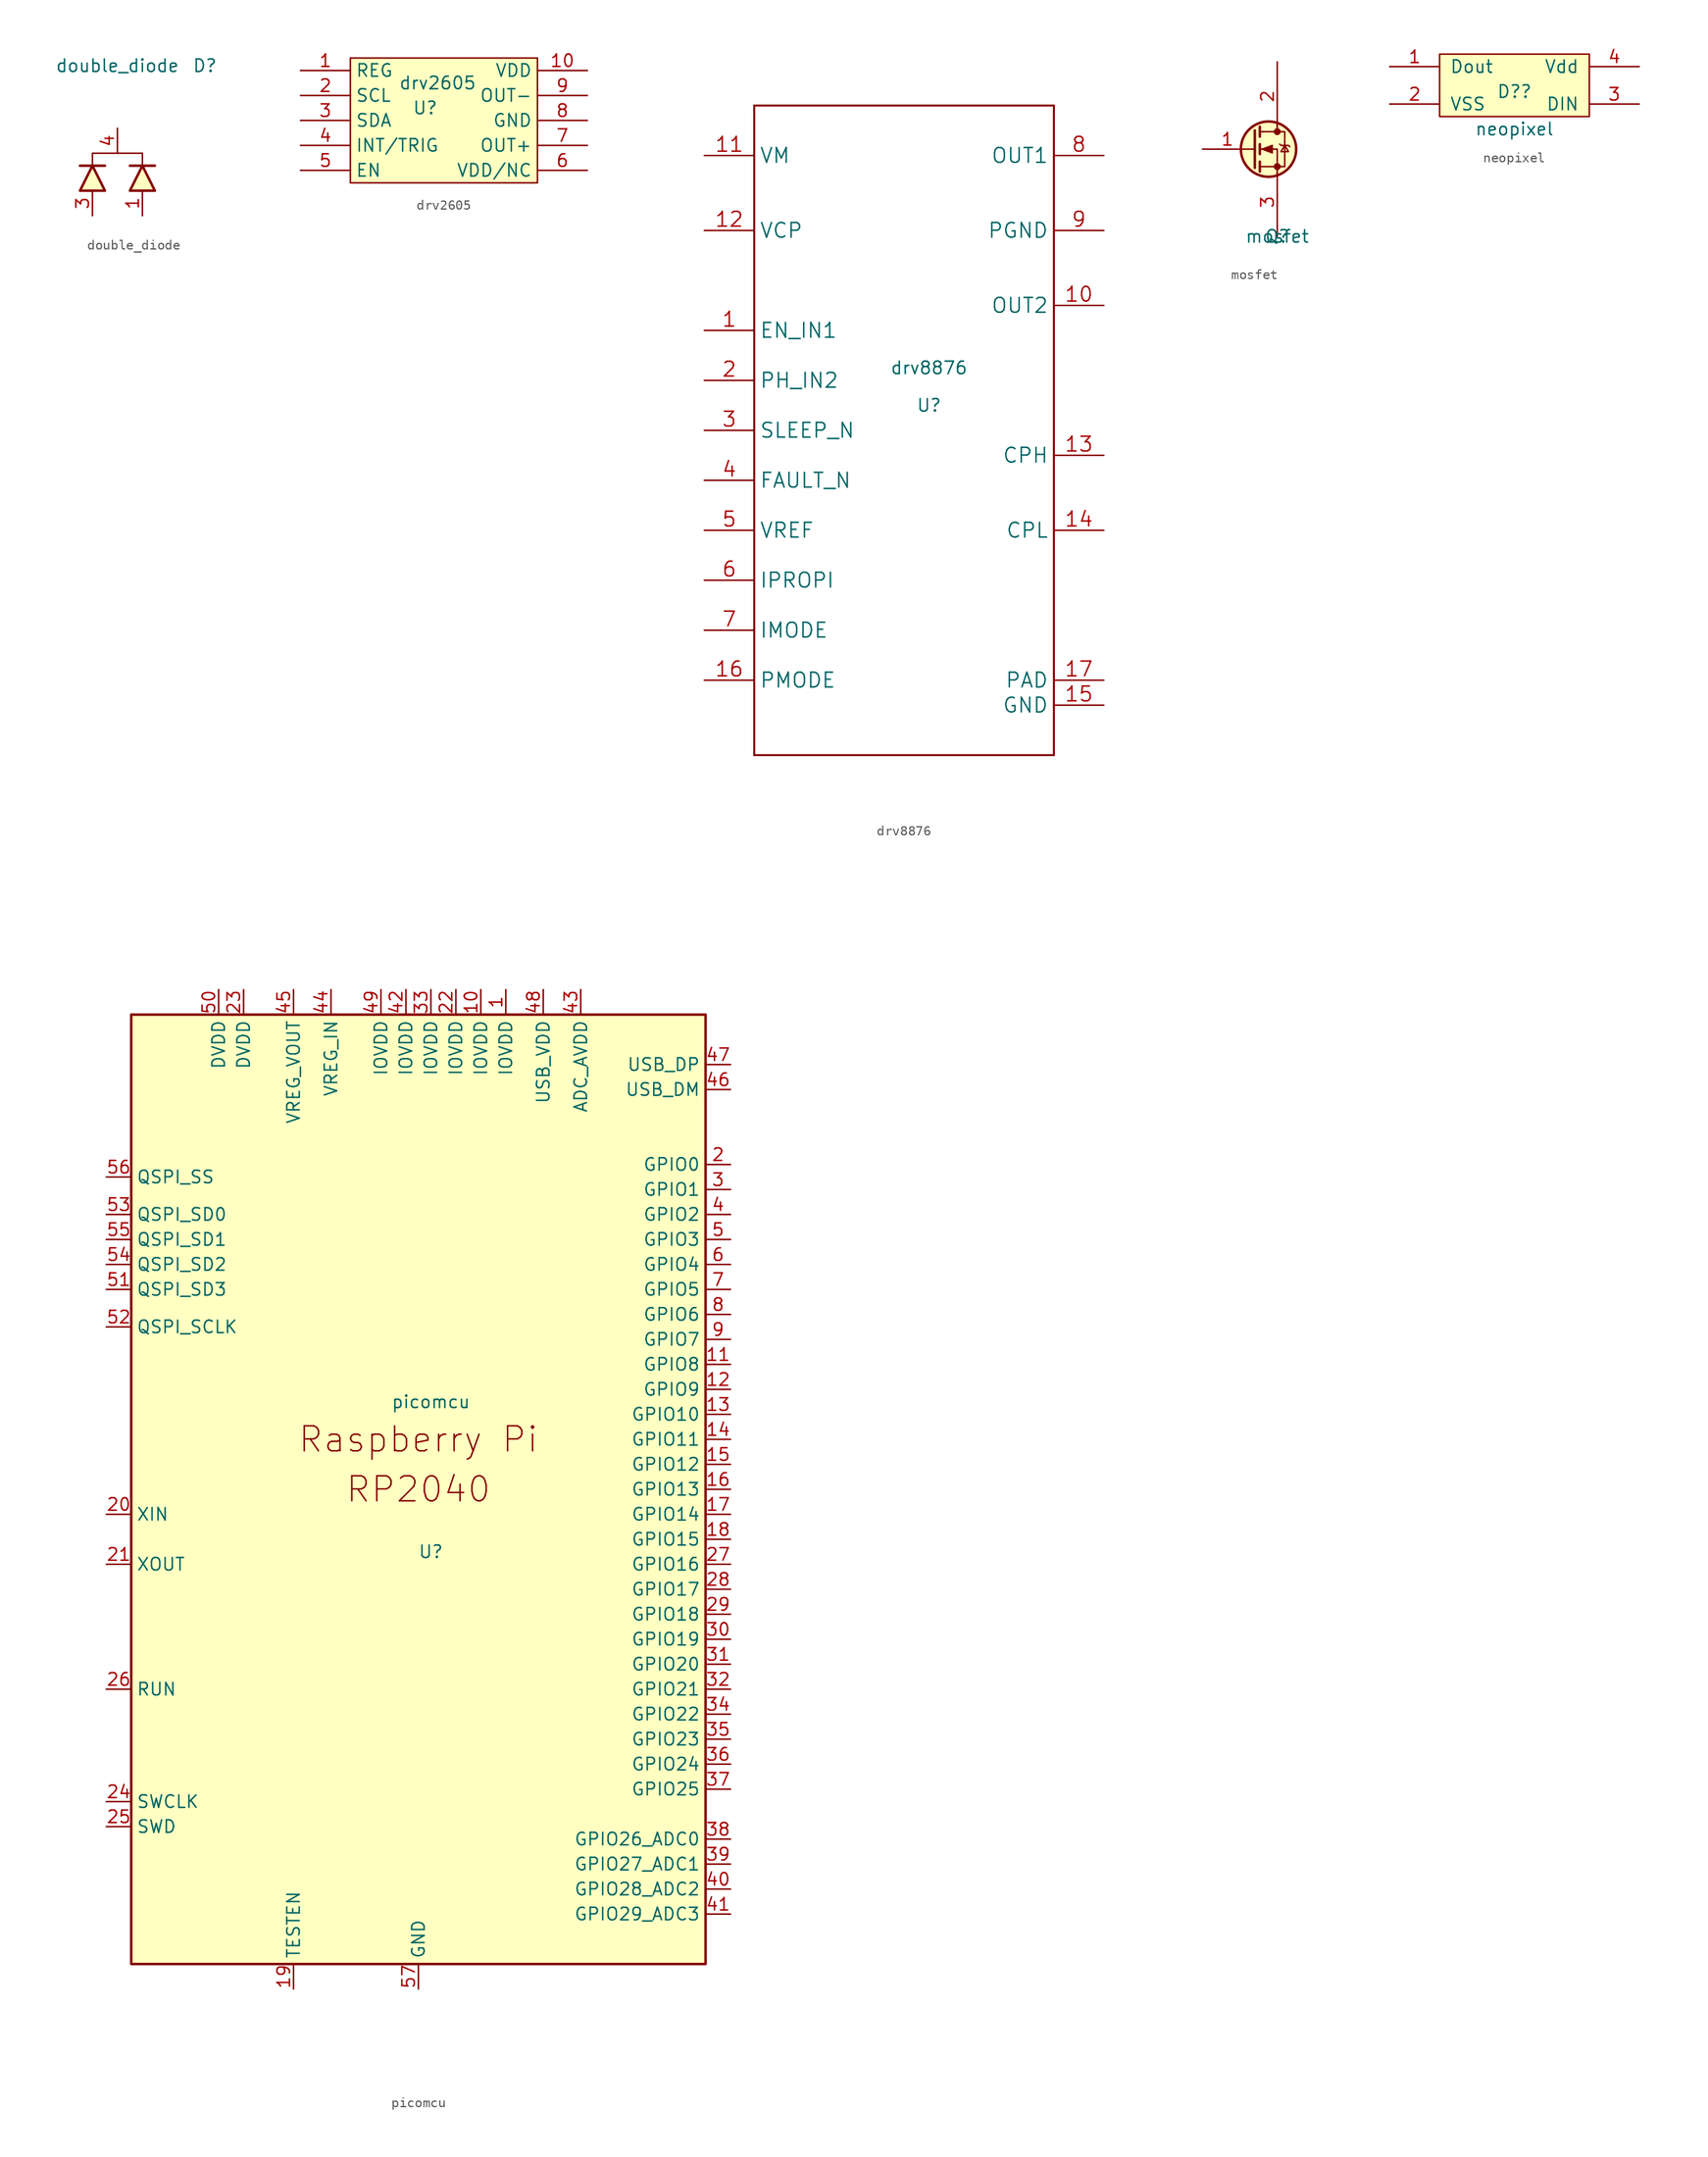
<source format=kicad_sym>
(kicad_symbol_lib
  (version 20201005)
  (generator kicad_symbol_editor)
  (symbol "Halfgelijders:double_diode"
    (pin_names
      (offset 1.016))
    (property "Reference" "D"
      (at 8.89 8.89 0)
      (effects (font (size 1.27 1.27))))
    (property "Value" "double_diode"
      (at 0 8.89 0)
      (effects (font (size 1.27 1.27))))
    (symbol "double_diode_0_1"
      (polyline (pts (xy -2.54 -1.27) (xy -2.54 0) (xy 2.54 0) (xy 2.54 -1.27)) (stroke (width 0)) (fill (type none))))
    (symbol "double_diode_1_1"
      (polyline (pts (xy -1.27 -1.27) (xy -3.81 -1.27)) (stroke (width 0.254)) (fill (type none)))
      (polyline (pts (xy 3.81 -1.27) (xy 1.27 -1.27)) (stroke (width 0.254)) (fill (type none)))
      (polyline (pts (xy -1.27 -3.81) (xy -3.81 -3.81) (xy -2.54 -1.27) (xy -1.27 -3.81)) (stroke (width 0.254)) (fill (type background)))
      (polyline (pts (xy 3.81 -3.81) (xy 1.27 -3.81) (xy 2.54 -1.27) (xy 3.81 -3.81)) (stroke (width 0.254)) (fill (type background)))
      (pin input line (at 2.54 -6.35 90) (length 2.54) (name "~" (effects (font (size 1.27 1.27)))) (number "1" (effects (font (size 1.27 1.27)))))
      (pin no_connect line (at 0 2.54 270) (length 2.54) hide (name "~" (effects (font (size 1.27 1.27)))) (number "2" (effects (font (size 1.27 1.27)))))
      (pin input line (at -2.54 -6.35 90) (length 2.54) (name "~" (effects (font (size 1.27 1.27)))) (number "3" (effects (font (size 1.27 1.27)))))
      (pin input line (at 0 2.54 270) (length 2.54) (name "~" (effects (font (size 1.27 1.27)))) (number "4" (effects (font (size 1.27 1.27)))))))
  (symbol "Halfgelijders:drv2605"
    (property "Reference" "U"
      (at -1.27 0 0)
      (effects (font (size 1.27 1.27))))
    (property "Value" "drv2605"
      (at 0 2.54 0)
      (effects (font (size 1.27 1.27))))
    (symbol "drv2605_0_1"
      (rectangle (start -8.89 5.08) (end -8.89 5.08) (stroke (width 0)) (fill (type none)))
      (rectangle (start -8.89 5.08) (end 10.16 -7.62) (stroke (width 0)) (fill (type background))))
    (symbol "drv2605_1_1"
      (pin output line (at -13.97 3.81 0) (length 5.08) (name "REG" (effects (font (size 1.27 1.27)))) (number "1" (effects (font (size 1.27 1.27)))))
      (pin power_in line (at 15.24 3.81 180) (length 5.08) (name "VDD" (effects (font (size 1.27 1.27)))) (number "10" (effects (font (size 1.27 1.27)))))
      (pin bidirectional line (at -13.97 1.27 0) (length 5.08) (name "SCL" (effects (font (size 1.27 1.27)))) (number "2" (effects (font (size 1.27 1.27)))))
      (pin bidirectional line (at -13.97 -1.27 0) (length 5.08) (name "SDA" (effects (font (size 1.27 1.27)))) (number "3" (effects (font (size 1.27 1.27)))))
      (pin input line (at -13.97 -3.81 0) (length 5.08) (name "INT/TRIG" (effects (font (size 1.27 1.27)))) (number "4" (effects (font (size 1.27 1.27)))))
      (pin input line (at -13.97 -6.35 0) (length 5.08) (name "EN" (effects (font (size 1.27 1.27)))) (number "5" (effects (font (size 1.27 1.27)))))
      (pin passive line (at 15.24 -6.35 180) (length 5.08) (name "VDD/NC" (effects (font (size 1.27 1.27)))) (number "6" (effects (font (size 1.27 1.27)))))
      (pin output line (at 15.24 -3.81 180) (length 5.08) (name "OUT+" (effects (font (size 1.27 1.27)))) (number "7" (effects (font (size 1.27 1.27)))))
      (pin power_out line (at 15.24 -1.27 180) (length 5.08) (name "GND" (effects (font (size 1.27 1.27)))) (number "8" (effects (font (size 1.27 1.27)))))
      (pin output line (at 15.24 1.27 180) (length 5.08) (name "OUT-" (effects (font (size 1.27 1.27)))) (number "9" (effects (font (size 1.27 1.27)))))))
  (symbol "Halfgelijders:drv8876"
    (property "Reference" "U"
      (at 0 0 0)
      (effects (font (size 1.27 1.27))))
    (property "Value" "drv8876"
      (at 0 3.81 0)
      (effects (font (size 1.27 1.27))))
    (symbol "drv8876_1_1"
      (polyline (pts (xy -17.78 -35.56) (xy 12.7 -35.56)) (stroke (width 0.203)) (fill (type none)))
      (polyline (pts (xy -17.78 30.48) (xy -17.78 -35.56)) (stroke (width 0.203)) (fill (type none)))
      (polyline (pts (xy 12.7 -35.56) (xy 12.7 30.48)) (stroke (width 0.203)) (fill (type none)))
      (polyline (pts (xy 12.7 30.48) (xy -17.78 30.48)) (stroke (width 0.203)) (fill (type none)))
      (pin input line (at -22.86 7.62 0) (length 5.08) (name "EN_IN1" (effects (font (size 1.499 1.499)))) (number "1" (effects (font (size 1.499 1.499)))))
      (pin output line (at 17.78 10.16 180) (length 5.08) (name "OUT2" (effects (font (size 1.499 1.499)))) (number "10" (effects (font (size 1.499 1.499)))))
      (pin power_in line (at -22.86 25.4 0) (length 5.08) (name "VM" (effects (font (size 1.499 1.499)))) (number "11" (effects (font (size 1.499 1.499)))))
      (pin power_in line (at -22.86 17.78 0) (length 5.08) (name "VCP" (effects (font (size 1.499 1.499)))) (number "12" (effects (font (size 1.499 1.499)))))
      (pin power_in line (at 17.78 -5.08 180) (length 5.08) (name "CPH" (effects (font (size 1.499 1.499)))) (number "13" (effects (font (size 1.499 1.499)))))
      (pin power_in line (at 17.78 -12.7 180) (length 5.08) (name "CPL" (effects (font (size 1.499 1.499)))) (number "14" (effects (font (size 1.499 1.499)))))
      (pin power_in line (at 17.78 -30.48 180) (length 5.08) (name "GND" (effects (font (size 1.499 1.499)))) (number "15" (effects (font (size 1.499 1.499)))))
      (pin input line (at -22.86 -27.94 0) (length 5.08) (name "PMODE" (effects (font (size 1.499 1.499)))) (number "16" (effects (font (size 1.499 1.499)))))
      (pin power_in line (at 17.78 -27.94 180) (length 5.08) (name "PAD" (effects (font (size 1.499 1.499)))) (number "17" (effects (font (size 1.499 1.499)))))
      (pin input line (at -22.86 2.54 0) (length 5.08) (name "PH_IN2" (effects (font (size 1.499 1.499)))) (number "2" (effects (font (size 1.499 1.499)))))
      (pin input line (at -22.86 -2.54 0) (length 5.08) (name "SLEEP_N" (effects (font (size 1.499 1.499)))) (number "3" (effects (font (size 1.499 1.499)))))
      (pin open_collector line (at -22.86 -7.62 0) (length 5.08) (name "FAULT_N" (effects (font (size 1.499 1.499)))) (number "4" (effects (font (size 1.499 1.499)))))
      (pin power_in line (at -22.86 -12.7 0) (length 5.08) (name "VREF" (effects (font (size 1.499 1.499)))) (number "5" (effects (font (size 1.499 1.499)))))
      (pin output line (at -22.86 -17.78 0) (length 5.08) (name "IPROPI" (effects (font (size 1.499 1.499)))) (number "6" (effects (font (size 1.499 1.499)))))
      (pin input line (at -22.86 -22.86 0) (length 5.08) (name "IMODE" (effects (font (size 1.499 1.499)))) (number "7" (effects (font (size 1.499 1.499)))))
      (pin output line (at 17.78 25.4 180) (length 5.08) (name "OUT1" (effects (font (size 1.499 1.499)))) (number "8" (effects (font (size 1.499 1.499)))))
      (pin power_in line (at 17.78 17.78 180) (length 5.08) (name "PGND" (effects (font (size 1.499 1.499)))) (number "9" (effects (font (size 1.499 1.499)))))))
  (symbol "Halfgelijders:mosfet"
    (pin_names
      (offset 1.016))
    (property "Reference" "Q"
      (at 0 -3.81 0)
      (effects (font (size 1.27 1.27))))
    (property "Value" "mosfet"
      (at 0 -3.81 0)
      (effects (font (size 1.27 1.27))))
    (symbol "mosfet_1_1"
      (circle (center 0 3.302) (radius 0.279) (stroke (width 0)) (fill (type outline)))
      (circle (center 0 6.858) (radius 0.279) (stroke (width 0)) (fill (type outline)))
      (circle (center -0.889 5.08) (radius 2.819) (stroke (width 0.254)) (fill (type background)))
      (polyline (pts (xy -2.489 5.08) (xy -2.286 5.08)) (stroke (width 0)) (fill (type none)))
      (polyline (pts (xy -1.778 3.302) (xy 0 3.302)) (stroke (width 0)) (fill (type none)))
      (polyline (pts (xy -1.778 3.81) (xy -1.778 2.794)) (stroke (width 0.254)) (fill (type none)))
      (polyline (pts (xy -1.778 5.08) (xy 0 5.08)) (stroke (width 0)) (fill (type none)))
      (polyline (pts (xy -1.778 5.588) (xy -1.778 4.572)) (stroke (width 0.254)) (fill (type none)))
      (polyline (pts (xy -1.778 6.858) (xy 0 6.858)) (stroke (width 0)) (fill (type none)))
      (polyline (pts (xy -1.778 7.366) (xy -1.778 6.35)) (stroke (width 0.254)) (fill (type none)))
      (polyline (pts (xy 0 3.302) (xy 0 2.54)) (stroke (width 0)) (fill (type none)))
      (polyline (pts (xy 0 3.302) (xy 0 5.08)) (stroke (width 0)) (fill (type none)))
      (polyline (pts (xy 0 7.62) (xy 0 6.858)) (stroke (width 0)) (fill (type none)))
      (polyline (pts (xy -2.286 6.985) (xy -2.286 3.175) (xy -2.286 3.175)) (stroke (width 0.254)) (fill (type none)))
      (polyline (pts (xy 0 3.302) (xy 0.762 3.302) (xy 0.762 6.858) (xy 0 6.858)) (stroke (width 0)) (fill (type none)))
      (polyline (pts (xy 0.254 5.588) (xy 0.381 5.461) (xy 1.143 5.461) (xy 1.27 5.334)) (stroke (width 0)) (fill (type none)))
      (polyline (pts (xy 0.762 5.461) (xy 0.381 4.826) (xy 1.143 4.826) (xy 0.762 5.461)) (stroke (width 0)) (fill (type none)))
      (polyline (pts (xy -1.524 5.08) (xy -0.508 5.461) (xy -0.508 4.699) (xy -1.524 5.08)) (stroke (width 0)) (fill (type outline)))
      (pin input line (at -7.62 5.08 0) (length 5.08) (name "~" (effects (font (size 1.27 1.27)))) (number "1" (effects (font (size 1.27 1.27)))))
      (pin unspecified line (at 0 13.97 270) (length 7.01) (name "~" (effects (font (size 1.27 1.27)))) (number "2" (effects (font (size 1.27 1.27)))))
      (pin passive line (at 0 -3.81 90) (length 7.01) (name "~" (effects (font (size 1.27 1.27)))) (number "3" (effects (font (size 1.27 1.27)))))))
  (symbol "Halfgelijders:neopixel"
    (pin_names
      (offset 1.016))
    (property "Reference" "D?"
      (at 7.62 1.27 0)
      (effects (font (size 1.27 1.27))))
    (property "Value" "neopixel"
      (at 7.62 -2.54 0)
      (effects (font (size 1.27 1.27))))
    (symbol "neopixel_0_1"
      (rectangle (start 0 5.08) (end 15.24 -1.27) (stroke (width 0)) (fill (type background))))
    (symbol "neopixel_1_1"
      (pin output line (at -5.08 3.81 0) (length 5.08) (name "Dout" (effects (font (size 1.27 1.27)))) (number "1" (effects (font (size 1.27 1.27)))))
      (pin power_out line (at -5.08 0 0) (length 5.08) (name "VSS" (effects (font (size 1.27 1.27)))) (number "2" (effects (font (size 1.27 1.27)))))
      (pin input line (at 20.32 0 180) (length 5.08) (name "DIN" (effects (font (size 1.27 1.27)))) (number "3" (effects (font (size 1.27 1.27)))))
      (pin power_in line (at 20.32 3.81 180) (length 5.08) (name "Vdd" (effects (font (size 1.27 1.27)))) (number "4" (effects (font (size 1.27 1.27)))))))
  (symbol "Halfgelijders:picomcu"
    (property "Reference" "U"
      (at 1.27 2.54 0)
      (effects (font (size 1.27 1.27))))
    (property "Value" "picomcu"
      (at 1.27 17.78 0)
      (effects (font (size 1.27 1.27))))
    (symbol "picomcu_0_0"
      (text "Raspberry Pi" (at 0 13.97 0) (effects (font (size 2.54 2.54))))
      (text "RP2040" (at 0 8.89 0) (effects (font (size 2.54 2.54)))))
    (symbol "picomcu_0_1"
      (rectangle (start 29.21 57.15) (end -29.21 -39.37) (stroke (width 0.254)) (fill (type background))))
    (symbol "picomcu_1_1"
      (pin power_in line (at 8.89 59.69 270) (length 2.54) (name "IOVDD" (effects (font (size 1.27 1.27)))) (number "1" (effects (font (size 1.27 1.27)))))
      (pin power_in line (at 6.35 59.69 270) (length 2.54) (name "IOVDD" (effects (font (size 1.27 1.27)))) (number "10" (effects (font (size 1.27 1.27)))))
      (pin bidirectional line (at 31.75 21.59 180) (length 2.54) (name "GPIO8" (effects (font (size 1.27 1.27)))) (number "11" (effects (font (size 1.27 1.27)))))
      (pin bidirectional line (at 31.75 19.05 180) (length 2.54) (name "GPIO9" (effects (font (size 1.27 1.27)))) (number "12" (effects (font (size 1.27 1.27)))))
      (pin bidirectional line (at 31.75 16.51 180) (length 2.54) (name "GPIO10" (effects (font (size 1.27 1.27)))) (number "13" (effects (font (size 1.27 1.27)))))
      (pin bidirectional line (at 31.75 13.97 180) (length 2.54) (name "GPIO11" (effects (font (size 1.27 1.27)))) (number "14" (effects (font (size 1.27 1.27)))))
      (pin bidirectional line (at 31.75 11.43 180) (length 2.54) (name "GPIO12" (effects (font (size 1.27 1.27)))) (number "15" (effects (font (size 1.27 1.27)))))
      (pin bidirectional line (at 31.75 8.89 180) (length 2.54) (name "GPIO13" (effects (font (size 1.27 1.27)))) (number "16" (effects (font (size 1.27 1.27)))))
      (pin bidirectional line (at 31.75 6.35 180) (length 2.54) (name "GPIO14" (effects (font (size 1.27 1.27)))) (number "17" (effects (font (size 1.27 1.27)))))
      (pin bidirectional line (at 31.75 3.81 180) (length 2.54) (name "GPIO15" (effects (font (size 1.27 1.27)))) (number "18" (effects (font (size 1.27 1.27)))))
      (pin passive line (at -12.7 -41.91 90) (length 2.54) (name "TESTEN" (effects (font (size 1.27 1.27)))) (number "19" (effects (font (size 1.27 1.27)))))
      (pin bidirectional line (at 31.75 41.91 180) (length 2.54) (name "GPIO0" (effects (font (size 1.27 1.27)))) (number "2" (effects (font (size 1.27 1.27)))))
      (pin input line (at -31.75 6.35 0) (length 2.54) (name "XIN" (effects (font (size 1.27 1.27)))) (number "20" (effects (font (size 1.27 1.27)))))
      (pin passive line (at -31.75 1.27 0) (length 2.54) (name "XOUT" (effects (font (size 1.27 1.27)))) (number "21" (effects (font (size 1.27 1.27)))))
      (pin power_in line (at 3.81 59.69 270) (length 2.54) (name "IOVDD" (effects (font (size 1.27 1.27)))) (number "22" (effects (font (size 1.27 1.27)))))
      (pin power_in line (at -17.78 59.69 270) (length 2.54) (name "DVDD" (effects (font (size 1.27 1.27)))) (number "23" (effects (font (size 1.27 1.27)))))
      (pin output line (at -31.75 -22.86 0) (length 2.54) (name "SWCLK" (effects (font (size 1.27 1.27)))) (number "24" (effects (font (size 1.27 1.27)))))
      (pin bidirectional line (at -31.75 -25.4 0) (length 2.54) (name "SWD" (effects (font (size 1.27 1.27)))) (number "25" (effects (font (size 1.27 1.27)))))
      (pin input line (at -31.75 -11.43 0) (length 2.54) (name "RUN" (effects (font (size 1.27 1.27)))) (number "26" (effects (font (size 1.27 1.27)))))
      (pin bidirectional line (at 31.75 1.27 180) (length 2.54) (name "GPIO16" (effects (font (size 1.27 1.27)))) (number "27" (effects (font (size 1.27 1.27)))))
      (pin bidirectional line (at 31.75 -1.27 180) (length 2.54) (name "GPIO17" (effects (font (size 1.27 1.27)))) (number "28" (effects (font (size 1.27 1.27)))))
      (pin bidirectional line (at 31.75 -3.81 180) (length 2.54) (name "GPIO18" (effects (font (size 1.27 1.27)))) (number "29" (effects (font (size 1.27 1.27)))))
      (pin bidirectional line (at 31.75 39.37 180) (length 2.54) (name "GPIO1" (effects (font (size 1.27 1.27)))) (number "3" (effects (font (size 1.27 1.27)))))
      (pin bidirectional line (at 31.75 -6.35 180) (length 2.54) (name "GPIO19" (effects (font (size 1.27 1.27)))) (number "30" (effects (font (size 1.27 1.27)))))
      (pin bidirectional line (at 31.75 -8.89 180) (length 2.54) (name "GPIO20" (effects (font (size 1.27 1.27)))) (number "31" (effects (font (size 1.27 1.27)))))
      (pin bidirectional line (at 31.75 -11.43 180) (length 2.54) (name "GPIO21" (effects (font (size 1.27 1.27)))) (number "32" (effects (font (size 1.27 1.27)))))
      (pin power_in line (at 1.27 59.69 270) (length 2.54) (name "IOVDD" (effects (font (size 1.27 1.27)))) (number "33" (effects (font (size 1.27 1.27)))))
      (pin bidirectional line (at 31.75 -13.97 180) (length 2.54) (name "GPIO22" (effects (font (size 1.27 1.27)))) (number "34" (effects (font (size 1.27 1.27)))))
      (pin bidirectional line (at 31.75 -16.51 180) (length 2.54) (name "GPIO23" (effects (font (size 1.27 1.27)))) (number "35" (effects (font (size 1.27 1.27)))))
      (pin bidirectional line (at 31.75 -19.05 180) (length 2.54) (name "GPIO24" (effects (font (size 1.27 1.27)))) (number "36" (effects (font (size 1.27 1.27)))))
      (pin bidirectional line (at 31.75 -21.59 180) (length 2.54) (name "GPIO25" (effects (font (size 1.27 1.27)))) (number "37" (effects (font (size 1.27 1.27)))))
      (pin bidirectional line (at 31.75 -26.67 180) (length 2.54) (name "GPIO26_ADC0" (effects (font (size 1.27 1.27)))) (number "38" (effects (font (size 1.27 1.27)))))
      (pin bidirectional line (at 31.75 -29.21 180) (length 2.54) (name "GPIO27_ADC1" (effects (font (size 1.27 1.27)))) (number "39" (effects (font (size 1.27 1.27)))))
      (pin bidirectional line (at 31.75 36.83 180) (length 2.54) (name "GPIO2" (effects (font (size 1.27 1.27)))) (number "4" (effects (font (size 1.27 1.27)))))
      (pin bidirectional line (at 31.75 -31.75 180) (length 2.54) (name "GPIO28_ADC2" (effects (font (size 1.27 1.27)))) (number "40" (effects (font (size 1.27 1.27)))))
      (pin bidirectional line (at 31.75 -34.29 180) (length 2.54) (name "GPIO29_ADC3" (effects (font (size 1.27 1.27)))) (number "41" (effects (font (size 1.27 1.27)))))
      (pin power_in line (at -1.27 59.69 270) (length 2.54) (name "IOVDD" (effects (font (size 1.27 1.27)))) (number "42" (effects (font (size 1.27 1.27)))))
      (pin power_in line (at 16.51 59.69 270) (length 2.54) (name "ADC_AVDD" (effects (font (size 1.27 1.27)))) (number "43" (effects (font (size 1.27 1.27)))))
      (pin power_in line (at -8.89 59.69 270) (length 2.54) (name "VREG_IN" (effects (font (size 1.27 1.27)))) (number "44" (effects (font (size 1.27 1.27)))))
      (pin power_out line (at -12.7 59.69 270) (length 2.54) (name "VREG_VOUT" (effects (font (size 1.27 1.27)))) (number "45" (effects (font (size 1.27 1.27)))))
      (pin bidirectional line (at 31.75 49.53 180) (length 2.54) (name "USB_DM" (effects (font (size 1.27 1.27)))) (number "46" (effects (font (size 1.27 1.27)))))
      (pin bidirectional line (at 31.75 52.07 180) (length 2.54) (name "USB_DP" (effects (font (size 1.27 1.27)))) (number "47" (effects (font (size 1.27 1.27)))))
      (pin power_in line (at 12.7 59.69 270) (length 2.54) (name "USB_VDD" (effects (font (size 1.27 1.27)))) (number "48" (effects (font (size 1.27 1.27)))))
      (pin power_in line (at -3.81 59.69 270) (length 2.54) (name "IOVDD" (effects (font (size 1.27 1.27)))) (number "49" (effects (font (size 1.27 1.27)))))
      (pin bidirectional line (at 31.75 34.29 180) (length 2.54) (name "GPIO3" (effects (font (size 1.27 1.27)))) (number "5" (effects (font (size 1.27 1.27)))))
      (pin power_in line (at -20.32 59.69 270) (length 2.54) (name "DVDD" (effects (font (size 1.27 1.27)))) (number "50" (effects (font (size 1.27 1.27)))))
      (pin bidirectional line (at -31.75 29.21 0) (length 2.54) (name "QSPI_SD3" (effects (font (size 1.27 1.27)))) (number "51" (effects (font (size 1.27 1.27)))))
      (pin output line (at -31.75 25.4 0) (length 2.54) (name "QSPI_SCLK" (effects (font (size 1.27 1.27)))) (number "52" (effects (font (size 1.27 1.27)))))
      (pin bidirectional line (at -31.75 36.83 0) (length 2.54) (name "QSPI_SD0" (effects (font (size 1.27 1.27)))) (number "53" (effects (font (size 1.27 1.27)))))
      (pin bidirectional line (at -31.75 31.75 0) (length 2.54) (name "QSPI_SD2" (effects (font (size 1.27 1.27)))) (number "54" (effects (font (size 1.27 1.27)))))
      (pin bidirectional line (at -31.75 34.29 0) (length 2.54) (name "QSPI_SD1" (effects (font (size 1.27 1.27)))) (number "55" (effects (font (size 1.27 1.27)))))
      (pin bidirectional line (at -31.75 40.64 0) (length 2.54) (name "QSPI_SS" (effects (font (size 1.27 1.27)))) (number "56" (effects (font (size 1.27 1.27)))))
      (pin power_in line (at 0 -41.91 90) (length 2.54) (name "GND" (effects (font (size 1.27 1.27)))) (number "57" (effects (font (size 1.27 1.27)))))
      (pin bidirectional line (at 31.75 31.75 180) (length 2.54) (name "GPIO4" (effects (font (size 1.27 1.27)))) (number "6" (effects (font (size 1.27 1.27)))))
      (pin bidirectional line (at 31.75 29.21 180) (length 2.54) (name "GPIO5" (effects (font (size 1.27 1.27)))) (number "7" (effects (font (size 1.27 1.27)))))
      (pin bidirectional line (at 31.75 26.67 180) (length 2.54) (name "GPIO6" (effects (font (size 1.27 1.27)))) (number "8" (effects (font (size 1.27 1.27)))))
      (pin bidirectional line (at 31.75 24.13 180) (length 2.54) (name "GPIO7" (effects (font (size 1.27 1.27)))) (number "9" (effects (font (size 1.27 1.27))))))))
</source>
